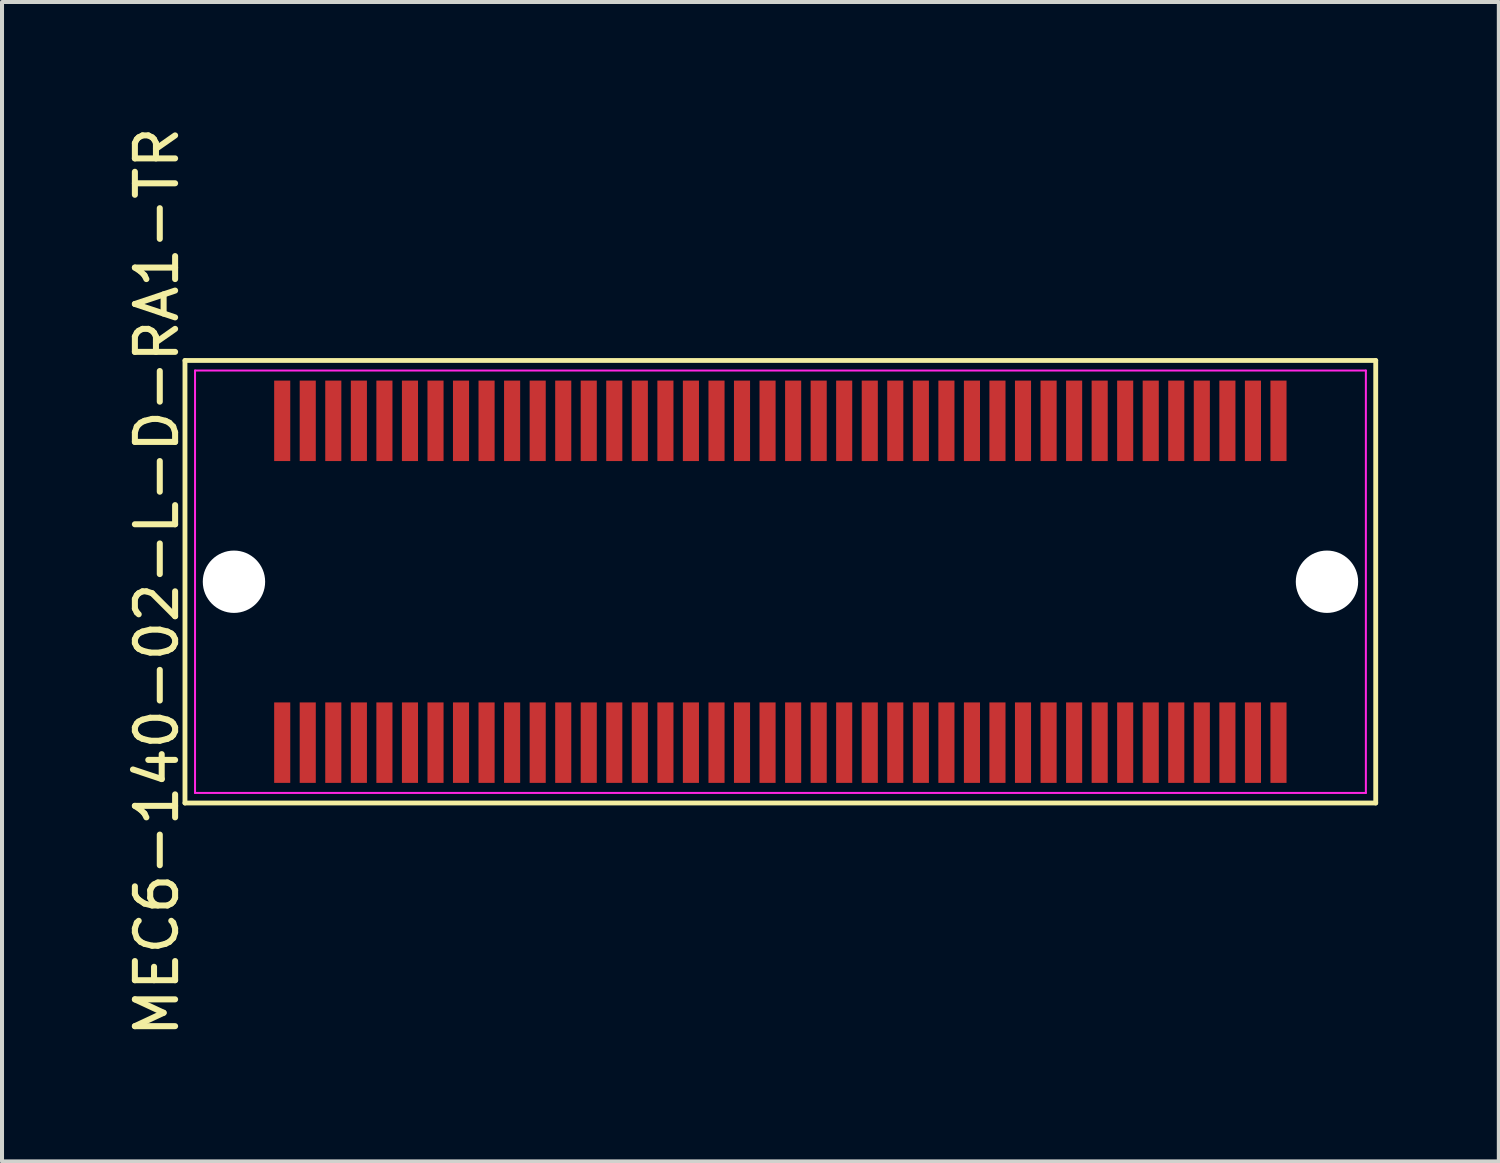
<source format=kicad_pcb>
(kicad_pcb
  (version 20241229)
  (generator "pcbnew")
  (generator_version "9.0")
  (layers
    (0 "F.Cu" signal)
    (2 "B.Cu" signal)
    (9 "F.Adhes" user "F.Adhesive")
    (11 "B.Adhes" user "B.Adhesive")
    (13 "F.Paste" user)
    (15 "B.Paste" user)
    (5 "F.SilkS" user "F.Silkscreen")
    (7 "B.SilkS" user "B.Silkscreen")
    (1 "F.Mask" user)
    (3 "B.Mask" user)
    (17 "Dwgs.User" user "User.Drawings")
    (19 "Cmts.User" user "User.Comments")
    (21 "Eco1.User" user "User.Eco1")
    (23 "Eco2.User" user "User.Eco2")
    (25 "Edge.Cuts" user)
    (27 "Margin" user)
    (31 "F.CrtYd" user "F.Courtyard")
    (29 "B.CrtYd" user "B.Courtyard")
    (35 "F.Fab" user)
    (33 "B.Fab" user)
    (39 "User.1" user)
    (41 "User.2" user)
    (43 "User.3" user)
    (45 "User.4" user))
  (footprint "MEC6-140-02-L-D-RA1-TR"
    (layer "F.Cu")
    (at 16.348 11.411)
    (property "Reference" "MEC6-140-02-L-D-RA1-TR" (at -15.5 0 90) (layer "F.SilkS") (effects (font (size 1 1) (thickness 0.15))))
    (attr smd)
    (fp_line (start -14.8 -5.5) (end 14.8 -5.5) (stroke (width 0.12) (type solid)) (layer "F.SilkS"))
    (fp_line (start -14.8 5.5) (end -14.8 -5.5) (stroke (width 0.12) (type solid)) (layer "F.SilkS"))
    (fp_line (start 14.8 -5.5) (end 14.8 5.5) (stroke (width 0.12) (type solid)) (layer "F.SilkS"))
    (fp_line (start 14.8 5.5) (end -14.8 5.5) (stroke (width 0.12) (type solid)) (layer "F.SilkS"))
    (fp_line (start -14.55 -5.25) (end 14.555 -5.25) (stroke (width 0.05) (type solid)) (layer "F.CrtYd"))
    (fp_line (start -14.55 5.25) (end -14.55 -5.25) (stroke (width 0.05) (type solid)) (layer "F.CrtYd"))
    (fp_line (start 14.555 -5.25) (end 14.555 5.25) (stroke (width 0.05) (type solid)) (layer "F.CrtYd"))
    (fp_line (start 14.555 5.25) (end -14.55 5.25) (stroke (width 0.05) (type solid)) (layer "F.CrtYd"))
    (pad "" np_thru_hole circle (at -13.582 0) (size 1.55 1.55) (drill 1.55) (layers "*.Cu" "*.Mask"))
    (pad "" np_thru_hole circle (at 13.588 0) (size 1.55 1.55) (drill 1.55) (layers "*.Cu" "*.Mask"))
    (pad "1" smd rect (at -12.383 4) (size 0.4 2) (layers "F.Cu" "F.Mask" "F.Paste"))
    (pad "2" smd rect (at -12.383 -4) (size 0.4 2) (layers "F.Cu" "F.Mask" "F.Paste"))
    (pad "3" smd rect (at -11.748 4) (size 0.4 2) (layers "F.Cu" "F.Mask" "F.Paste"))
    (pad "4" smd rect (at -11.748 -4) (size 0.4 2) (layers "F.Cu" "F.Mask" "F.Paste"))
    (pad "5" smd rect (at -11.113 4) (size 0.4 2) (layers "F.Cu" "F.Mask" "F.Paste"))
    (pad "6" smd rect (at -11.113 -4) (size 0.4 2) (layers "F.Cu" "F.Mask" "F.Paste"))
    (pad "7" smd rect (at -10.477 4) (size 0.4 2) (layers "F.Cu" "F.Mask" "F.Paste"))
    (pad "8" smd rect (at -10.477 -4) (size 0.4 2) (layers "F.Cu" "F.Mask" "F.Paste"))
    (pad "9" smd rect (at -9.842 4) (size 0.4 2) (layers "F.Cu" "F.Mask" "F.Paste"))
    (pad "10" smd rect (at -9.842 -4) (size 0.4 2) (layers "F.Cu" "F.Mask" "F.Paste"))
    (pad "11" smd rect (at -9.207 4) (size 0.4 2) (layers "F.Cu" "F.Mask" "F.Paste"))
    (pad "12" smd rect (at -9.207 -4) (size 0.4 2) (layers "F.Cu" "F.Mask" "F.Paste"))
    (pad "13" smd rect (at -8.572 4) (size 0.4 2) (layers "F.Cu" "F.Mask" "F.Paste"))
    (pad "14" smd rect (at -8.572 -4) (size 0.4 2) (layers "F.Cu" "F.Mask" "F.Paste"))
    (pad "15" smd rect (at -7.938 4) (size 0.4 2) (layers "F.Cu" "F.Mask" "F.Paste"))
    (pad "16" smd rect (at -7.938 -4) (size 0.4 2) (layers "F.Cu" "F.Mask" "F.Paste"))
    (pad "17" smd rect (at -7.303 4) (size 0.4 2) (layers "F.Cu" "F.Mask" "F.Paste"))
    (pad "18" smd rect (at -7.303 -4) (size 0.4 2) (layers "F.Cu" "F.Mask" "F.Paste"))
    (pad "19" smd rect (at -6.668 4) (size 0.4 2) (layers "F.Cu" "F.Mask" "F.Paste"))
    (pad "20" smd rect (at -6.668 -4) (size 0.4 2) (layers "F.Cu" "F.Mask" "F.Paste"))
    (pad "21" smd rect (at -6.032 4) (size 0.4 2) (layers "F.Cu" "F.Mask" "F.Paste"))
    (pad "22" smd rect (at -6.032 -4) (size 0.4 2) (layers "F.Cu" "F.Mask" "F.Paste"))
    (pad "23" smd rect (at -5.397 4) (size 0.4 2) (layers "F.Cu" "F.Mask" "F.Paste"))
    (pad "24" smd rect (at -5.397 -4) (size 0.4 2) (layers "F.Cu" "F.Mask" "F.Paste"))
    (pad "25" smd rect (at -4.763 4) (size 0.4 2) (layers "F.Cu" "F.Mask" "F.Paste"))
    (pad "26" smd rect (at -4.763 -4) (size 0.4 2) (layers "F.Cu" "F.Mask" "F.Paste"))
    (pad "27" smd rect (at -4.128 4) (size 0.4 2) (layers "F.Cu" "F.Mask" "F.Paste"))
    (pad "28" smd rect (at -4.128 -4) (size 0.4 2) (layers "F.Cu" "F.Mask" "F.Paste"))
    (pad "29" smd rect (at -3.493 4) (size 0.4 2) (layers "F.Cu" "F.Mask" "F.Paste"))
    (pad "30" smd rect (at -3.493 -4) (size 0.4 2) (layers "F.Cu" "F.Mask" "F.Paste"))
    (pad "31" smd rect (at -2.857 4) (size 0.4 2) (layers "F.Cu" "F.Mask" "F.Paste"))
    (pad "32" smd rect (at -2.857 -4) (size 0.4 2) (layers "F.Cu" "F.Mask" "F.Paste"))
    (pad "33" smd rect (at -2.223 4) (size 0.4 2) (layers "F.Cu" "F.Mask" "F.Paste"))
    (pad "34" smd rect (at -2.223 -4) (size 0.4 2) (layers "F.Cu" "F.Mask" "F.Paste"))
    (pad "35" smd rect (at -1.587 4) (size 0.4 2) (layers "F.Cu" "F.Mask" "F.Paste"))
    (pad "36" smd rect (at -1.587 -4) (size 0.4 2) (layers "F.Cu" "F.Mask" "F.Paste"))
    (pad "37" smd rect (at -0.953 4) (size 0.4 2) (layers "F.Cu" "F.Mask" "F.Paste"))
    (pad "38" smd rect (at -0.953 -4) (size 0.4 2) (layers "F.Cu" "F.Mask" "F.Paste"))
    (pad "39" smd rect (at -0.318 4) (size 0.4 2) (layers "F.Cu" "F.Mask" "F.Paste"))
    (pad "40" smd rect (at -0.318 -4) (size 0.4 2) (layers "F.Cu" "F.Mask" "F.Paste"))
    (pad "41" smd rect (at 0.318 4) (size 0.4 2) (layers "F.Cu" "F.Mask" "F.Paste"))
    (pad "42" smd rect (at 0.318 -4) (size 0.4 2) (layers "F.Cu" "F.Mask" "F.Paste"))
    (pad "43" smd rect (at 0.953 4) (size 0.4 2) (layers "F.Cu" "F.Mask" "F.Paste"))
    (pad "44" smd rect (at 0.953 -4) (size 0.4 2) (layers "F.Cu" "F.Mask" "F.Paste"))
    (pad "45" smd rect (at 1.587 4) (size 0.4 2) (layers "F.Cu" "F.Mask" "F.Paste"))
    (pad "46" smd rect (at 1.587 -4) (size 0.4 2) (layers "F.Cu" "F.Mask" "F.Paste"))
    (pad "47" smd rect (at 2.223 4) (size 0.4 2) (layers "F.Cu" "F.Mask" "F.Paste"))
    (pad "48" smd rect (at 2.223 -4) (size 0.4 2) (layers "F.Cu" "F.Mask" "F.Paste"))
    (pad "49" smd rect (at 2.857 4) (size 0.4 2) (layers "F.Cu" "F.Mask" "F.Paste"))
    (pad "50" smd rect (at 2.857 -4) (size 0.4 2) (layers "F.Cu" "F.Mask" "F.Paste"))
    (pad "51" smd rect (at 3.493 4) (size 0.4 2) (layers "F.Cu" "F.Mask" "F.Paste"))
    (pad "52" smd rect (at 3.493 -4) (size 0.4 2) (layers "F.Cu" "F.Mask" "F.Paste"))
    (pad "53" smd rect (at 4.128 4) (size 0.4 2) (layers "F.Cu" "F.Mask" "F.Paste"))
    (pad "54" smd rect (at 4.128 -4) (size 0.4 2) (layers "F.Cu" "F.Mask" "F.Paste"))
    (pad "55" smd rect (at 4.763 4) (size 0.4 2) (layers "F.Cu" "F.Mask" "F.Paste"))
    (pad "56" smd rect (at 4.763 -4) (size 0.4 2) (layers "F.Cu" "F.Mask" "F.Paste"))
    (pad "57" smd rect (at 5.397 4) (size 0.4 2) (layers "F.Cu" "F.Mask" "F.Paste"))
    (pad "58" smd rect (at 5.397 -4) (size 0.4 2) (layers "F.Cu" "F.Mask" "F.Paste"))
    (pad "59" smd rect (at 6.032 4) (size 0.4 2) (layers "F.Cu" "F.Mask" "F.Paste"))
    (pad "60" smd rect (at 6.032 -4) (size 0.4 2) (layers "F.Cu" "F.Mask" "F.Paste"))
    (pad "61" smd rect (at 6.668 4) (size 0.4 2) (layers "F.Cu" "F.Mask" "F.Paste"))
    (pad "62" smd rect (at 6.668 -4) (size 0.4 2) (layers "F.Cu" "F.Mask" "F.Paste"))
    (pad "63" smd rect (at 7.303 4) (size 0.4 2) (layers "F.Cu" "F.Mask" "F.Paste"))
    (pad "64" smd rect (at 7.303 -4) (size 0.4 2) (layers "F.Cu" "F.Mask" "F.Paste"))
    (pad "65" smd rect (at 7.938 4) (size 0.4 2) (layers "F.Cu" "F.Mask" "F.Paste"))
    (pad "66" smd rect (at 7.938 -4) (size 0.4 2) (layers "F.Cu" "F.Mask" "F.Paste"))
    (pad "67" smd rect (at 8.572 4) (size 0.4 2) (layers "F.Cu" "F.Mask" "F.Paste"))
    (pad "68" smd rect (at 8.572 -4) (size 0.4 2) (layers "F.Cu" "F.Mask" "F.Paste"))
    (pad "69" smd rect (at 9.207 4) (size 0.4 2) (layers "F.Cu" "F.Mask" "F.Paste"))
    (pad "70" smd rect (at 9.207 -4) (size 0.4 2) (layers "F.Cu" "F.Mask" "F.Paste"))
    (pad "71" smd rect (at 9.842 4) (size 0.4 2) (layers "F.Cu" "F.Mask" "F.Paste"))
    (pad "72" smd rect (at 9.842 -4) (size 0.4 2) (layers "F.Cu" "F.Mask" "F.Paste"))
    (pad "73" smd rect (at 10.477 4) (size 0.4 2) (layers "F.Cu" "F.Mask" "F.Paste"))
    (pad "74" smd rect (at 10.477 -4) (size 0.4 2) (layers "F.Cu" "F.Mask" "F.Paste"))
    (pad "75" smd rect (at 11.113 4) (size 0.4 2) (layers "F.Cu" "F.Mask" "F.Paste"))
    (pad "76" smd rect (at 11.113 -4) (size 0.4 2) (layers "F.Cu" "F.Mask" "F.Paste"))
    (pad "77" smd rect (at 11.748 4) (size 0.4 2) (layers "F.Cu" "F.Mask" "F.Paste"))
    (pad "78" smd rect (at 11.748 -4) (size 0.4 2) (layers "F.Cu" "F.Mask" "F.Paste"))
    (pad "79" smd rect (at 12.383 4) (size 0.4 2) (layers "F.Cu" "F.Mask" "F.Paste"))
    (pad "80" smd rect (at 12.383 -4) (size 0.4 2) (layers "F.Cu" "F.Mask" "F.Paste")))
  (gr_rect
    (start -3 -3)
    (end 34.208 25.821)
    (stroke (width 0.1) (type default))
    (fill no)
    (layer "Edge.Cuts")))
</source>
